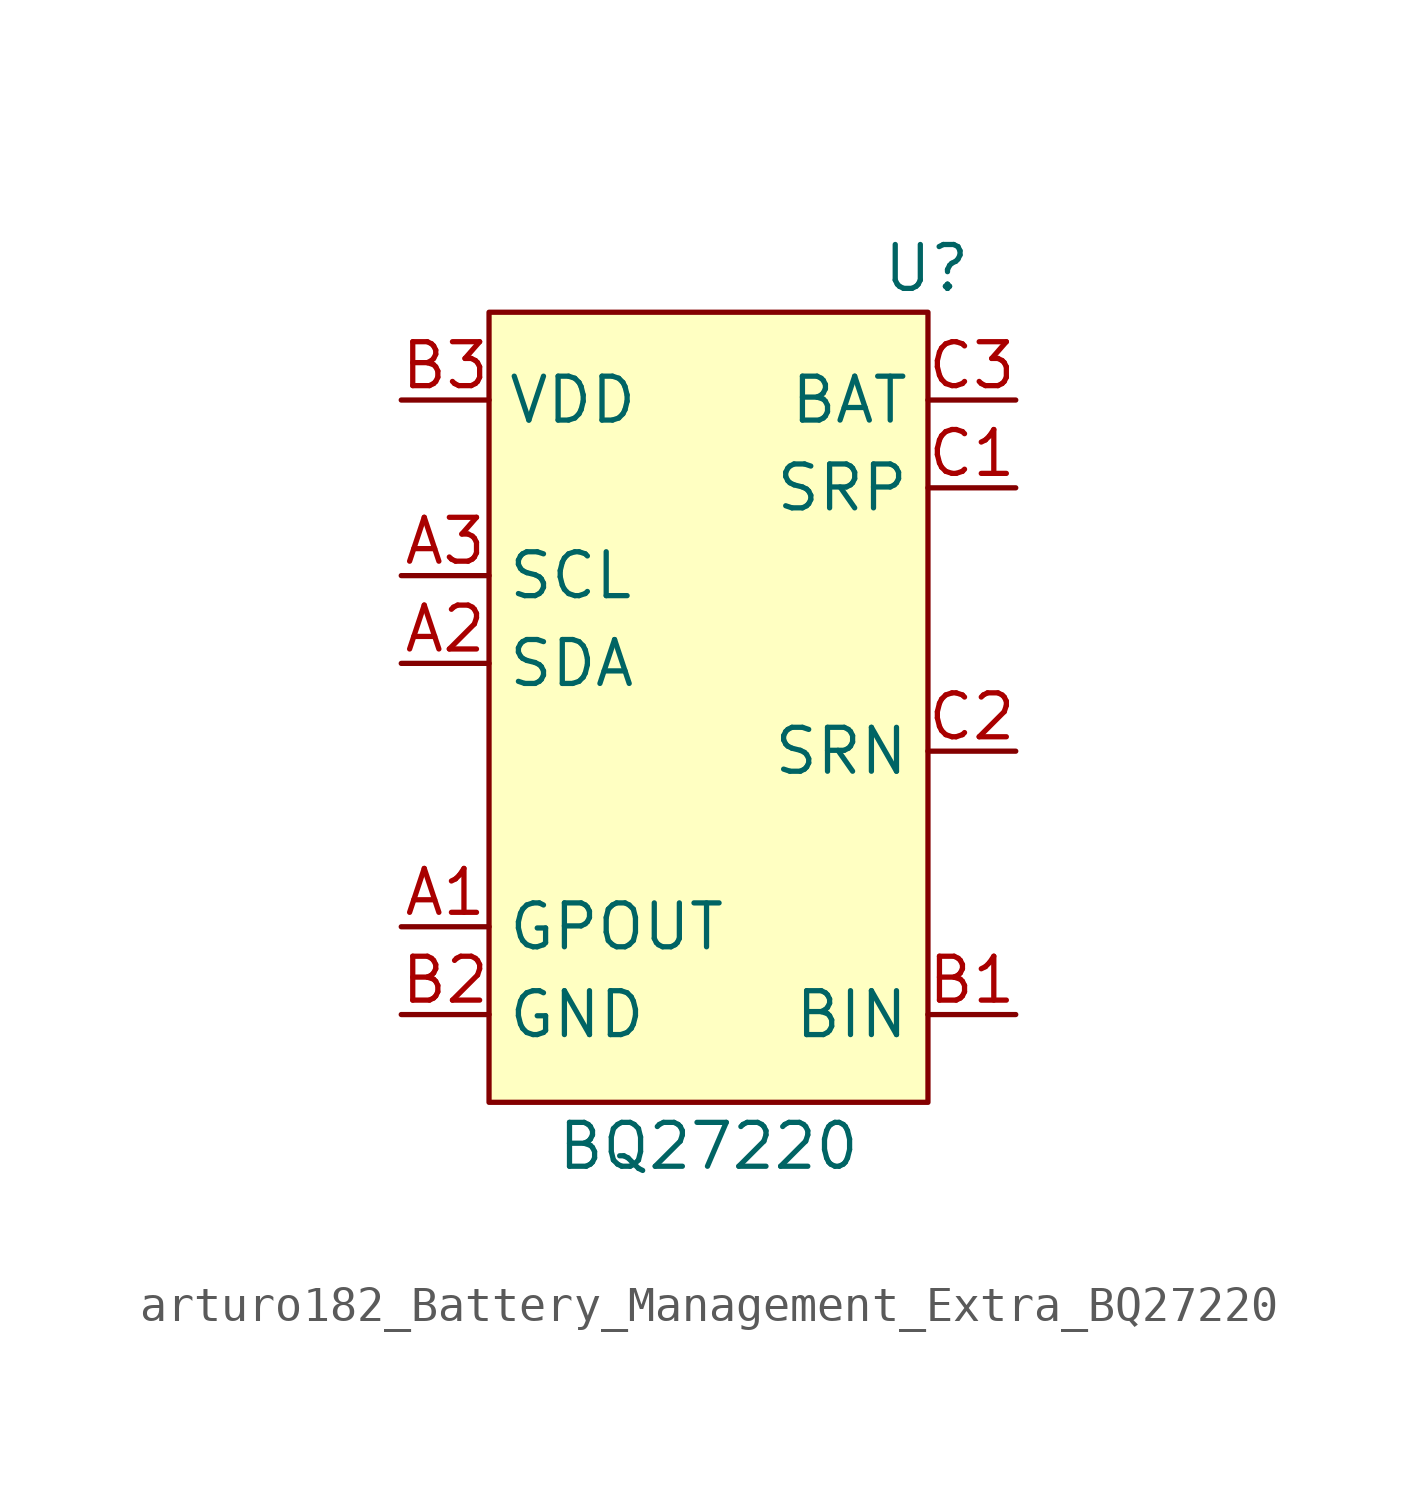
<source format=kicad_sym>
(kicad_symbol_lib
  (version 20220914)
  (generator kicad_symbol_editor)
  (symbol "arturo182_Battery_Management_Extra_BQ27220"
    (property "Reference" "U"
      (at 7.62 11.43 0)
      (effects (font (size 1.27 1.27)) (justify right)))
    (property "Value" "BQ27220"
      (at 0 -13.97 0)
      (effects (font (size 1.27 1.27))))
    (symbol "arturo182_Battery_Management_Extra_BQ27220_0_0"
      (pin output line (at -8.89 -7.62 0) (length 2.54) (name "GPOUT" (effects (font (size 1.27 1.27)))) (number "A1" (effects (font (size 1.27 1.27)))))
      (pin bidirectional line (at -8.89 0 0) (length 2.54) (name "SDA" (effects (font (size 1.27 1.27)))) (number "A2" (effects (font (size 1.27 1.27)))))
      (pin bidirectional line (at -8.89 2.54 0) (length 2.54) (name "SCL" (effects (font (size 1.27 1.27)))) (number "A3" (effects (font (size 1.27 1.27)))))
      (pin input line (at 8.89 -10.16 180) (length 2.54) (name "BIN" (effects (font (size 1.27 1.27)))) (number "B1" (effects (font (size 1.27 1.27)))))
      (pin power_in line (at -8.89 -10.16 0) (length 2.54) (name "GND" (effects (font (size 1.27 1.27)))) (number "B2" (effects (font (size 1.27 1.27)))))
      (pin power_out line (at -8.89 7.62 0) (length 2.54) (name "VDD" (effects (font (size 1.27 1.27)))) (number "B3" (effects (font (size 1.27 1.27)))))
      (pin input line (at 8.89 5.08 180) (length 2.54) (name "SRP" (effects (font (size 1.27 1.27)))) (number "C1" (effects (font (size 1.27 1.27)))))
      (pin input line (at 8.89 -2.54 180) (length 2.54) (name "SRN" (effects (font (size 1.27 1.27)))) (number "C2" (effects (font (size 1.27 1.27)))))
      (pin power_in line (at 8.89 7.62 180) (length 2.54) (name "BAT" (effects (font (size 1.27 1.27)))) (number "C3" (effects (font (size 1.27 1.27))))))
    (symbol "arturo182_Battery_Management_Extra_BQ27220_0_1"
      (rectangle (start -6.35 10.16) (end 6.35 -12.7) (stroke (width 0) (type default)) (fill (type background))))))
</source>
